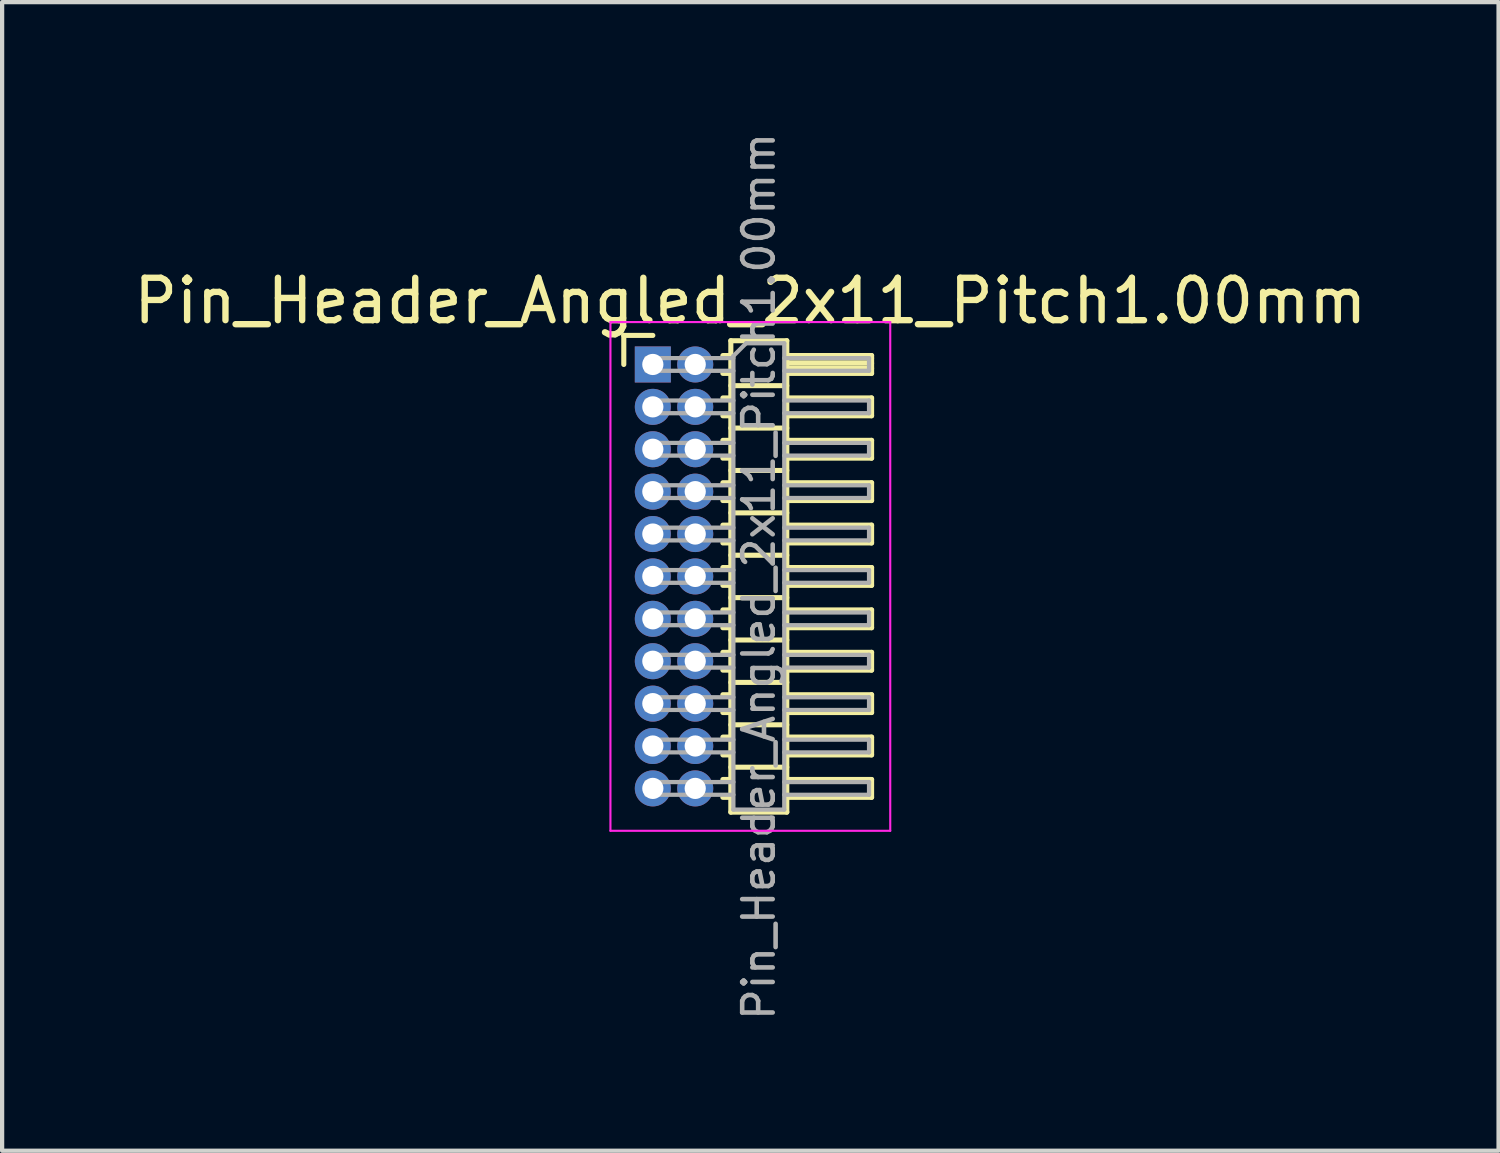
<source format=kicad_pcb>
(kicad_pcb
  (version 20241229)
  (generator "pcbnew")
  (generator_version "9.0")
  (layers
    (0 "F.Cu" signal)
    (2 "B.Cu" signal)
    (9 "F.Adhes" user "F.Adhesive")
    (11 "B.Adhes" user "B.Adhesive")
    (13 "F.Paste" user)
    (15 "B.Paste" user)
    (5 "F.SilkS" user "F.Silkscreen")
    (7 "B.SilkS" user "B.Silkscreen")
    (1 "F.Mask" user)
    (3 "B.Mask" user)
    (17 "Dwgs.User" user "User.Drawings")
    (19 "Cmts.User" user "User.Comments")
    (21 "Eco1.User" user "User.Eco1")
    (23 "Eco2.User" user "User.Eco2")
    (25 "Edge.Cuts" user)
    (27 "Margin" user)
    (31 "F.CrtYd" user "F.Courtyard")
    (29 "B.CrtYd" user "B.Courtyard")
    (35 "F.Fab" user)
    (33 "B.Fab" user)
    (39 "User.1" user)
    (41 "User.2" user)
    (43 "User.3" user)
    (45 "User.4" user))
  (footprint "Pin_Header_Angled_2x11_Pitch1.00mm"
    (layer "F.Cu")
    (at 12.349 5.547)
    (property "Reference" "Pin_Header_Angled_2x11_Pitch1.00mm" (at 2.3 -1.5 0) (layer "F.SilkS") (effects (font (size 1 1) (thickness 0.15))))
    (attr through_hole)
    (fp_line (start -0.685 -0.685) (end 0 -0.685) (stroke (width 0.12) (type solid)) (layer "F.SilkS"))
    (fp_line (start -0.685 0) (end -0.685 -0.685) (stroke (width 0.12) (type solid)) (layer "F.SilkS"))
    (fp_line (start 1.652 -0.21) (end 1.84 -0.21) (stroke (width 0.12) (type solid)) (layer "F.SilkS"))
    (fp_line (start 1.652 0.21) (end 1.84 0.21) (stroke (width 0.12) (type solid)) (layer "F.SilkS"))
    (fp_line (start 1.652 0.79) (end 1.84 0.79) (stroke (width 0.12) (type solid)) (layer "F.SilkS"))
    (fp_line (start 1.652 1.21) (end 1.84 1.21) (stroke (width 0.12) (type solid)) (layer "F.SilkS"))
    (fp_line (start 1.652 1.79) (end 1.84 1.79) (stroke (width 0.12) (type solid)) (layer "F.SilkS"))
    (fp_line (start 1.652 2.21) (end 1.84 2.21) (stroke (width 0.12) (type solid)) (layer "F.SilkS"))
    (fp_line (start 1.652 2.79) (end 1.84 2.79) (stroke (width 0.12) (type solid)) (layer "F.SilkS"))
    (fp_line (start 1.652 3.21) (end 1.84 3.21) (stroke (width 0.12) (type solid)) (layer "F.SilkS"))
    (fp_line (start 1.652 3.79) (end 1.84 3.79) (stroke (width 0.12) (type solid)) (layer "F.SilkS"))
    (fp_line (start 1.652 4.21) (end 1.84 4.21) (stroke (width 0.12) (type solid)) (layer "F.SilkS"))
    (fp_line (start 1.652 4.79) (end 1.84 4.79) (stroke (width 0.12) (type solid)) (layer "F.SilkS"))
    (fp_line (start 1.652 5.21) (end 1.84 5.21) (stroke (width 0.12) (type solid)) (layer "F.SilkS"))
    (fp_line (start 1.652 5.79) (end 1.84 5.79) (stroke (width 0.12) (type solid)) (layer "F.SilkS"))
    (fp_line (start 1.652 6.21) (end 1.84 6.21) (stroke (width 0.12) (type solid)) (layer "F.SilkS"))
    (fp_line (start 1.652 6.79) (end 1.84 6.79) (stroke (width 0.12) (type solid)) (layer "F.SilkS"))
    (fp_line (start 1.652 7.21) (end 1.84 7.21) (stroke (width 0.12) (type solid)) (layer "F.SilkS"))
    (fp_line (start 1.652 7.79) (end 1.84 7.79) (stroke (width 0.12) (type solid)) (layer "F.SilkS"))
    (fp_line (start 1.652 8.21) (end 1.84 8.21) (stroke (width 0.12) (type solid)) (layer "F.SilkS"))
    (fp_line (start 1.652 8.79) (end 1.84 8.79) (stroke (width 0.12) (type solid)) (layer "F.SilkS"))
    (fp_line (start 1.652 9.21) (end 1.84 9.21) (stroke (width 0.12) (type solid)) (layer "F.SilkS"))
    (fp_line (start 1.652 9.79) (end 1.84 9.79) (stroke (width 0.12) (type solid)) (layer "F.SilkS"))
    (fp_line (start 1.652 10.21) (end 1.84 10.21) (stroke (width 0.12) (type solid)) (layer "F.SilkS"))
    (fp_line (start 1.84 -0.56) (end 1.84 10.56) (stroke (width 0.12) (type solid)) (layer "F.SilkS"))
    (fp_line (start 1.84 0.5) (end 3.16 0.5) (stroke (width 0.12) (type solid)) (layer "F.SilkS"))
    (fp_line (start 1.84 1.5) (end 3.16 1.5) (stroke (width 0.12) (type solid)) (layer "F.SilkS"))
    (fp_line (start 1.84 2.5) (end 3.16 2.5) (stroke (width 0.12) (type solid)) (layer "F.SilkS"))
    (fp_line (start 1.84 3.5) (end 3.16 3.5) (stroke (width 0.12) (type solid)) (layer "F.SilkS"))
    (fp_line (start 1.84 4.5) (end 3.16 4.5) (stroke (width 0.12) (type solid)) (layer "F.SilkS"))
    (fp_line (start 1.84 5.5) (end 3.16 5.5) (stroke (width 0.12) (type solid)) (layer "F.SilkS"))
    (fp_line (start 1.84 6.5) (end 3.16 6.5) (stroke (width 0.12) (type solid)) (layer "F.SilkS"))
    (fp_line (start 1.84 7.5) (end 3.16 7.5) (stroke (width 0.12) (type solid)) (layer "F.SilkS"))
    (fp_line (start 1.84 8.5) (end 3.16 8.5) (stroke (width 0.12) (type solid)) (layer "F.SilkS"))
    (fp_line (start 1.84 9.5) (end 3.16 9.5) (stroke (width 0.12) (type solid)) (layer "F.SilkS"))
    (fp_line (start 1.84 10.56) (end 3.16 10.56) (stroke (width 0.12) (type solid)) (layer "F.SilkS"))
    (fp_line (start 3.16 -0.56) (end 1.84 -0.56) (stroke (width 0.12) (type solid)) (layer "F.SilkS"))
    (fp_line (start 3.16 -0.21) (end 5.16 -0.21) (stroke (width 0.12) (type solid)) (layer "F.SilkS"))
    (fp_line (start 3.16 -0.15) (end 5.16 -0.15) (stroke (width 0.12) (type solid)) (layer "F.SilkS"))
    (fp_line (start 3.16 -0.03) (end 5.16 -0.03) (stroke (width 0.12) (type solid)) (layer "F.SilkS"))
    (fp_line (start 3.16 0.09) (end 5.16 0.09) (stroke (width 0.12) (type solid)) (layer "F.SilkS"))
    (fp_line (start 3.16 0.79) (end 5.16 0.79) (stroke (width 0.12) (type solid)) (layer "F.SilkS"))
    (fp_line (start 3.16 1.79) (end 5.16 1.79) (stroke (width 0.12) (type solid)) (layer "F.SilkS"))
    (fp_line (start 3.16 2.79) (end 5.16 2.79) (stroke (width 0.12) (type solid)) (layer "F.SilkS"))
    (fp_line (start 3.16 3.79) (end 5.16 3.79) (stroke (width 0.12) (type solid)) (layer "F.SilkS"))
    (fp_line (start 3.16 4.79) (end 5.16 4.79) (stroke (width 0.12) (type solid)) (layer "F.SilkS"))
    (fp_line (start 3.16 5.79) (end 5.16 5.79) (stroke (width 0.12) (type solid)) (layer "F.SilkS"))
    (fp_line (start 3.16 6.79) (end 5.16 6.79) (stroke (width 0.12) (type solid)) (layer "F.SilkS"))
    (fp_line (start 3.16 7.79) (end 5.16 7.79) (stroke (width 0.12) (type solid)) (layer "F.SilkS"))
    (fp_line (start 3.16 8.79) (end 5.16 8.79) (stroke (width 0.12) (type solid)) (layer "F.SilkS"))
    (fp_line (start 3.16 9.79) (end 5.16 9.79) (stroke (width 0.12) (type solid)) (layer "F.SilkS"))
    (fp_line (start 3.16 10.56) (end 3.16 -0.56) (stroke (width 0.12) (type solid)) (layer "F.SilkS"))
    (fp_line (start 5.16 -0.21) (end 5.16 0.21) (stroke (width 0.12) (type solid)) (layer "F.SilkS"))
    (fp_line (start 5.16 0.21) (end 3.16 0.21) (stroke (width 0.12) (type solid)) (layer "F.SilkS"))
    (fp_line (start 5.16 0.79) (end 5.16 1.21) (stroke (width 0.12) (type solid)) (layer "F.SilkS"))
    (fp_line (start 5.16 1.21) (end 3.16 1.21) (stroke (width 0.12) (type solid)) (layer "F.SilkS"))
    (fp_line (start 5.16 1.79) (end 5.16 2.21) (stroke (width 0.12) (type solid)) (layer "F.SilkS"))
    (fp_line (start 5.16 2.21) (end 3.16 2.21) (stroke (width 0.12) (type solid)) (layer "F.SilkS"))
    (fp_line (start 5.16 2.79) (end 5.16 3.21) (stroke (width 0.12) (type solid)) (layer "F.SilkS"))
    (fp_line (start 5.16 3.21) (end 3.16 3.21) (stroke (width 0.12) (type solid)) (layer "F.SilkS"))
    (fp_line (start 5.16 3.79) (end 5.16 4.21) (stroke (width 0.12) (type solid)) (layer "F.SilkS"))
    (fp_line (start 5.16 4.21) (end 3.16 4.21) (stroke (width 0.12) (type solid)) (layer "F.SilkS"))
    (fp_line (start 5.16 4.79) (end 5.16 5.21) (stroke (width 0.12) (type solid)) (layer "F.SilkS"))
    (fp_line (start 5.16 5.21) (end 3.16 5.21) (stroke (width 0.12) (type solid)) (layer "F.SilkS"))
    (fp_line (start 5.16 5.79) (end 5.16 6.21) (stroke (width 0.12) (type solid)) (layer "F.SilkS"))
    (fp_line (start 5.16 6.21) (end 3.16 6.21) (stroke (width 0.12) (type solid)) (layer "F.SilkS"))
    (fp_line (start 5.16 6.79) (end 5.16 7.21) (stroke (width 0.12) (type solid)) (layer "F.SilkS"))
    (fp_line (start 5.16 7.21) (end 3.16 7.21) (stroke (width 0.12) (type solid)) (layer "F.SilkS"))
    (fp_line (start 5.16 7.79) (end 5.16 8.21) (stroke (width 0.12) (type solid)) (layer "F.SilkS"))
    (fp_line (start 5.16 8.21) (end 3.16 8.21) (stroke (width 0.12) (type solid)) (layer "F.SilkS"))
    (fp_line (start 5.16 8.79) (end 5.16 9.21) (stroke (width 0.12) (type solid)) (layer "F.SilkS"))
    (fp_line (start 5.16 9.21) (end 3.16 9.21) (stroke (width 0.12) (type solid)) (layer "F.SilkS"))
    (fp_line (start 5.16 9.79) (end 5.16 10.21) (stroke (width 0.12) (type solid)) (layer "F.SilkS"))
    (fp_line (start 5.16 10.21) (end 3.16 10.21) (stroke (width 0.12) (type solid)) (layer "F.SilkS"))
    (fp_line (start -1 -1) (end -1 11) (stroke (width 0.05) (type solid)) (layer "F.CrtYd"))
    (fp_line (start -1 11) (end 5.6 11) (stroke (width 0.05) (type solid)) (layer "F.CrtYd"))
    (fp_line (start 5.6 -1) (end -1 -1) (stroke (width 0.05) (type solid)) (layer "F.CrtYd"))
    (fp_line (start 5.6 11) (end 5.6 -1) (stroke (width 0.05) (type solid)) (layer "F.CrtYd"))
    (fp_line (start -0.15 -0.15) (end -0.15 0.15) (stroke (width 0.1) (type solid)) (layer "F.Fab"))
    (fp_line (start -0.15 -0.15) (end 1.9 -0.15) (stroke (width 0.1) (type solid)) (layer "F.Fab"))
    (fp_line (start -0.15 0.15) (end 1.9 0.15) (stroke (width 0.1) (type solid)) (layer "F.Fab"))
    (fp_line (start -0.15 0.85) (end -0.15 1.15) (stroke (width 0.1) (type solid)) (layer "F.Fab"))
    (fp_line (start -0.15 0.85) (end 1.9 0.85) (stroke (width 0.1) (type solid)) (layer "F.Fab"))
    (fp_line (start -0.15 1.15) (end 1.9 1.15) (stroke (width 0.1) (type solid)) (layer "F.Fab"))
    (fp_line (start -0.15 1.85) (end -0.15 2.15) (stroke (width 0.1) (type solid)) (layer "F.Fab"))
    (fp_line (start -0.15 1.85) (end 1.9 1.85) (stroke (width 0.1) (type solid)) (layer "F.Fab"))
    (fp_line (start -0.15 2.15) (end 1.9 2.15) (stroke (width 0.1) (type solid)) (layer "F.Fab"))
    (fp_line (start -0.15 2.85) (end -0.15 3.15) (stroke (width 0.1) (type solid)) (layer "F.Fab"))
    (fp_line (start -0.15 2.85) (end 1.9 2.85) (stroke (width 0.1) (type solid)) (layer "F.Fab"))
    (fp_line (start -0.15 3.15) (end 1.9 3.15) (stroke (width 0.1) (type solid)) (layer "F.Fab"))
    (fp_line (start -0.15 3.85) (end -0.15 4.15) (stroke (width 0.1) (type solid)) (layer "F.Fab"))
    (fp_line (start -0.15 3.85) (end 1.9 3.85) (stroke (width 0.1) (type solid)) (layer "F.Fab"))
    (fp_line (start -0.15 4.15) (end 1.9 4.15) (stroke (width 0.1) (type solid)) (layer "F.Fab"))
    (fp_line (start -0.15 4.85) (end -0.15 5.15) (stroke (width 0.1) (type solid)) (layer "F.Fab"))
    (fp_line (start -0.15 4.85) (end 1.9 4.85) (stroke (width 0.1) (type solid)) (layer "F.Fab"))
    (fp_line (start -0.15 5.15) (end 1.9 5.15) (stroke (width 0.1) (type solid)) (layer "F.Fab"))
    (fp_line (start -0.15 5.85) (end -0.15 6.15) (stroke (width 0.1) (type solid)) (layer "F.Fab"))
    (fp_line (start -0.15 5.85) (end 1.9 5.85) (stroke (width 0.1) (type solid)) (layer "F.Fab"))
    (fp_line (start -0.15 6.15) (end 1.9 6.15) (stroke (width 0.1) (type solid)) (layer "F.Fab"))
    (fp_line (start -0.15 6.85) (end -0.15 7.15) (stroke (width 0.1) (type solid)) (layer "F.Fab"))
    (fp_line (start -0.15 6.85) (end 1.9 6.85) (stroke (width 0.1) (type solid)) (layer "F.Fab"))
    (fp_line (start -0.15 7.15) (end 1.9 7.15) (stroke (width 0.1) (type solid)) (layer "F.Fab"))
    (fp_line (start -0.15 7.85) (end -0.15 8.15) (stroke (width 0.1) (type solid)) (layer "F.Fab"))
    (fp_line (start -0.15 7.85) (end 1.9 7.85) (stroke (width 0.1) (type solid)) (layer "F.Fab"))
    (fp_line (start -0.15 8.15) (end 1.9 8.15) (stroke (width 0.1) (type solid)) (layer "F.Fab"))
    (fp_line (start -0.15 8.85) (end -0.15 9.15) (stroke (width 0.1) (type solid)) (layer "F.Fab"))
    (fp_line (start -0.15 8.85) (end 1.9 8.85) (stroke (width 0.1) (type solid)) (layer "F.Fab"))
    (fp_line (start -0.15 9.15) (end 1.9 9.15) (stroke (width 0.1) (type solid)) (layer "F.Fab"))
    (fp_line (start -0.15 9.85) (end -0.15 10.15) (stroke (width 0.1) (type solid)) (layer "F.Fab"))
    (fp_line (start -0.15 9.85) (end 1.9 9.85) (stroke (width 0.1) (type solid)) (layer "F.Fab"))
    (fp_line (start -0.15 10.15) (end 1.9 10.15) (stroke (width 0.1) (type solid)) (layer "F.Fab"))
    (fp_line (start 1.9 -0.2) (end 2.2 -0.5) (stroke (width 0.1) (type solid)) (layer "F.Fab"))
    (fp_line (start 1.9 10.5) (end 1.9 -0.2) (stroke (width 0.1) (type solid)) (layer "F.Fab"))
    (fp_line (start 2.2 -0.5) (end 3.1 -0.5) (stroke (width 0.1) (type solid)) (layer "F.Fab"))
    (fp_line (start 3.1 -0.5) (end 3.1 10.5) (stroke (width 0.1) (type solid)) (layer "F.Fab"))
    (fp_line (start 3.1 -0.15) (end 5.1 -0.15) (stroke (width 0.1) (type solid)) (layer "F.Fab"))
    (fp_line (start 3.1 0.15) (end 5.1 0.15) (stroke (width 0.1) (type solid)) (layer "F.Fab"))
    (fp_line (start 3.1 0.85) (end 5.1 0.85) (stroke (width 0.1) (type solid)) (layer "F.Fab"))
    (fp_line (start 3.1 1.15) (end 5.1 1.15) (stroke (width 0.1) (type solid)) (layer "F.Fab"))
    (fp_line (start 3.1 1.85) (end 5.1 1.85) (stroke (width 0.1) (type solid)) (layer "F.Fab"))
    (fp_line (start 3.1 2.15) (end 5.1 2.15) (stroke (width 0.1) (type solid)) (layer "F.Fab"))
    (fp_line (start 3.1 2.85) (end 5.1 2.85) (stroke (width 0.1) (type solid)) (layer "F.Fab"))
    (fp_line (start 3.1 3.15) (end 5.1 3.15) (stroke (width 0.1) (type solid)) (layer "F.Fab"))
    (fp_line (start 3.1 3.85) (end 5.1 3.85) (stroke (width 0.1) (type solid)) (layer "F.Fab"))
    (fp_line (start 3.1 4.15) (end 5.1 4.15) (stroke (width 0.1) (type solid)) (layer "F.Fab"))
    (fp_line (start 3.1 4.85) (end 5.1 4.85) (stroke (width 0.1) (type solid)) (layer "F.Fab"))
    (fp_line (start 3.1 5.15) (end 5.1 5.15) (stroke (width 0.1) (type solid)) (layer "F.Fab"))
    (fp_line (start 3.1 5.85) (end 5.1 5.85) (stroke (width 0.1) (type solid)) (layer "F.Fab"))
    (fp_line (start 3.1 6.15) (end 5.1 6.15) (stroke (width 0.1) (type solid)) (layer "F.Fab"))
    (fp_line (start 3.1 6.85) (end 5.1 6.85) (stroke (width 0.1) (type solid)) (layer "F.Fab"))
    (fp_line (start 3.1 7.15) (end 5.1 7.15) (stroke (width 0.1) (type solid)) (layer "F.Fab"))
    (fp_line (start 3.1 7.85) (end 5.1 7.85) (stroke (width 0.1) (type solid)) (layer "F.Fab"))
    (fp_line (start 3.1 8.15) (end 5.1 8.15) (stroke (width 0.1) (type solid)) (layer "F.Fab"))
    (fp_line (start 3.1 8.85) (end 5.1 8.85) (stroke (width 0.1) (type solid)) (layer "F.Fab"))
    (fp_line (start 3.1 9.15) (end 5.1 9.15) (stroke (width 0.1) (type solid)) (layer "F.Fab"))
    (fp_line (start 3.1 9.85) (end 5.1 9.85) (stroke (width 0.1) (type solid)) (layer "F.Fab"))
    (fp_line (start 3.1 10.15) (end 5.1 10.15) (stroke (width 0.1) (type solid)) (layer "F.Fab"))
    (fp_line (start 3.1 10.5) (end 1.9 10.5) (stroke (width 0.1) (type solid)) (layer "F.Fab"))
    (fp_line (start 5.1 -0.15) (end 5.1 0.15) (stroke (width 0.1) (type solid)) (layer "F.Fab"))
    (fp_line (start 5.1 0.85) (end 5.1 1.15) (stroke (width 0.1) (type solid)) (layer "F.Fab"))
    (fp_line (start 5.1 1.85) (end 5.1 2.15) (stroke (width 0.1) (type solid)) (layer "F.Fab"))
    (fp_line (start 5.1 2.85) (end 5.1 3.15) (stroke (width 0.1) (type solid)) (layer "F.Fab"))
    (fp_line (start 5.1 3.85) (end 5.1 4.15) (stroke (width 0.1) (type solid)) (layer "F.Fab"))
    (fp_line (start 5.1 4.85) (end 5.1 5.15) (stroke (width 0.1) (type solid)) (layer "F.Fab"))
    (fp_line (start 5.1 5.85) (end 5.1 6.15) (stroke (width 0.1) (type solid)) (layer "F.Fab"))
    (fp_line (start 5.1 6.85) (end 5.1 7.15) (stroke (width 0.1) (type solid)) (layer "F.Fab"))
    (fp_line (start 5.1 7.85) (end 5.1 8.15) (stroke (width 0.1) (type solid)) (layer "F.Fab"))
    (fp_line (start 5.1 8.85) (end 5.1 9.15) (stroke (width 0.1) (type solid)) (layer "F.Fab"))
    (fp_line (start 5.1 9.85) (end 5.1 10.15) (stroke (width 0.1) (type solid)) (layer "F.Fab"))
    (fp_text user "${REFERENCE}" (at 2.5 5 90) (layer "F.Fab") (effects (font (size 0.72 0.72) (thickness 0.108))))
    (pad "1" thru_hole rect (at 0 0) (size 0.85 0.85) (drill 0.5) (layers "*.Cu" "*.Mask"))
    (pad "2" thru_hole oval (at 1 0) (size 0.85 0.85) (drill 0.5) (layers "*.Cu" "*.Mask"))
    (pad "3" thru_hole oval (at 0 1) (size 0.85 0.85) (drill 0.5) (layers "*.Cu" "*.Mask"))
    (pad "4" thru_hole oval (at 1 1) (size 0.85 0.85) (drill 0.5) (layers "*.Cu" "*.Mask"))
    (pad "5" thru_hole oval (at 0 2) (size 0.85 0.85) (drill 0.5) (layers "*.Cu" "*.Mask"))
    (pad "6" thru_hole oval (at 1 2) (size 0.85 0.85) (drill 0.5) (layers "*.Cu" "*.Mask"))
    (pad "7" thru_hole oval (at 0 3) (size 0.85 0.85) (drill 0.5) (layers "*.Cu" "*.Mask"))
    (pad "8" thru_hole oval (at 1 3) (size 0.85 0.85) (drill 0.5) (layers "*.Cu" "*.Mask"))
    (pad "9" thru_hole oval (at 0 4) (size 0.85 0.85) (drill 0.5) (layers "*.Cu" "*.Mask"))
    (pad "10" thru_hole oval (at 1 4) (size 0.85 0.85) (drill 0.5) (layers "*.Cu" "*.Mask"))
    (pad "11" thru_hole oval (at 0 5) (size 0.85 0.85) (drill 0.5) (layers "*.Cu" "*.Mask"))
    (pad "12" thru_hole oval (at 1 5) (size 0.85 0.85) (drill 0.5) (layers "*.Cu" "*.Mask"))
    (pad "13" thru_hole oval (at 0 6) (size 0.85 0.85) (drill 0.5) (layers "*.Cu" "*.Mask"))
    (pad "14" thru_hole oval (at 1 6) (size 0.85 0.85) (drill 0.5) (layers "*.Cu" "*.Mask"))
    (pad "15" thru_hole oval (at 0 7) (size 0.85 0.85) (drill 0.5) (layers "*.Cu" "*.Mask"))
    (pad "16" thru_hole oval (at 1 7) (size 0.85 0.85) (drill 0.5) (layers "*.Cu" "*.Mask"))
    (pad "17" thru_hole oval (at 0 8) (size 0.85 0.85) (drill 0.5) (layers "*.Cu" "*.Mask"))
    (pad "18" thru_hole oval (at 1 8) (size 0.85 0.85) (drill 0.5) (layers "*.Cu" "*.Mask"))
    (pad "19" thru_hole oval (at 0 9) (size 0.85 0.85) (drill 0.5) (layers "*.Cu" "*.Mask"))
    (pad "20" thru_hole oval (at 1 9) (size 0.85 0.85) (drill 0.5) (layers "*.Cu" "*.Mask"))
    (pad "21" thru_hole oval (at 0 10) (size 0.85 0.85) (drill 0.5) (layers "*.Cu" "*.Mask"))
    (pad "22" thru_hole oval (at 1 10) (size 0.85 0.85) (drill 0.5) (layers "*.Cu" "*.Mask")))
  (gr_rect
    (start -3 -3)
    (end 32.298 24.094)
    (stroke (width 0.1) (type default))
    (fill no)
    (layer "Edge.Cuts")))
</source>
